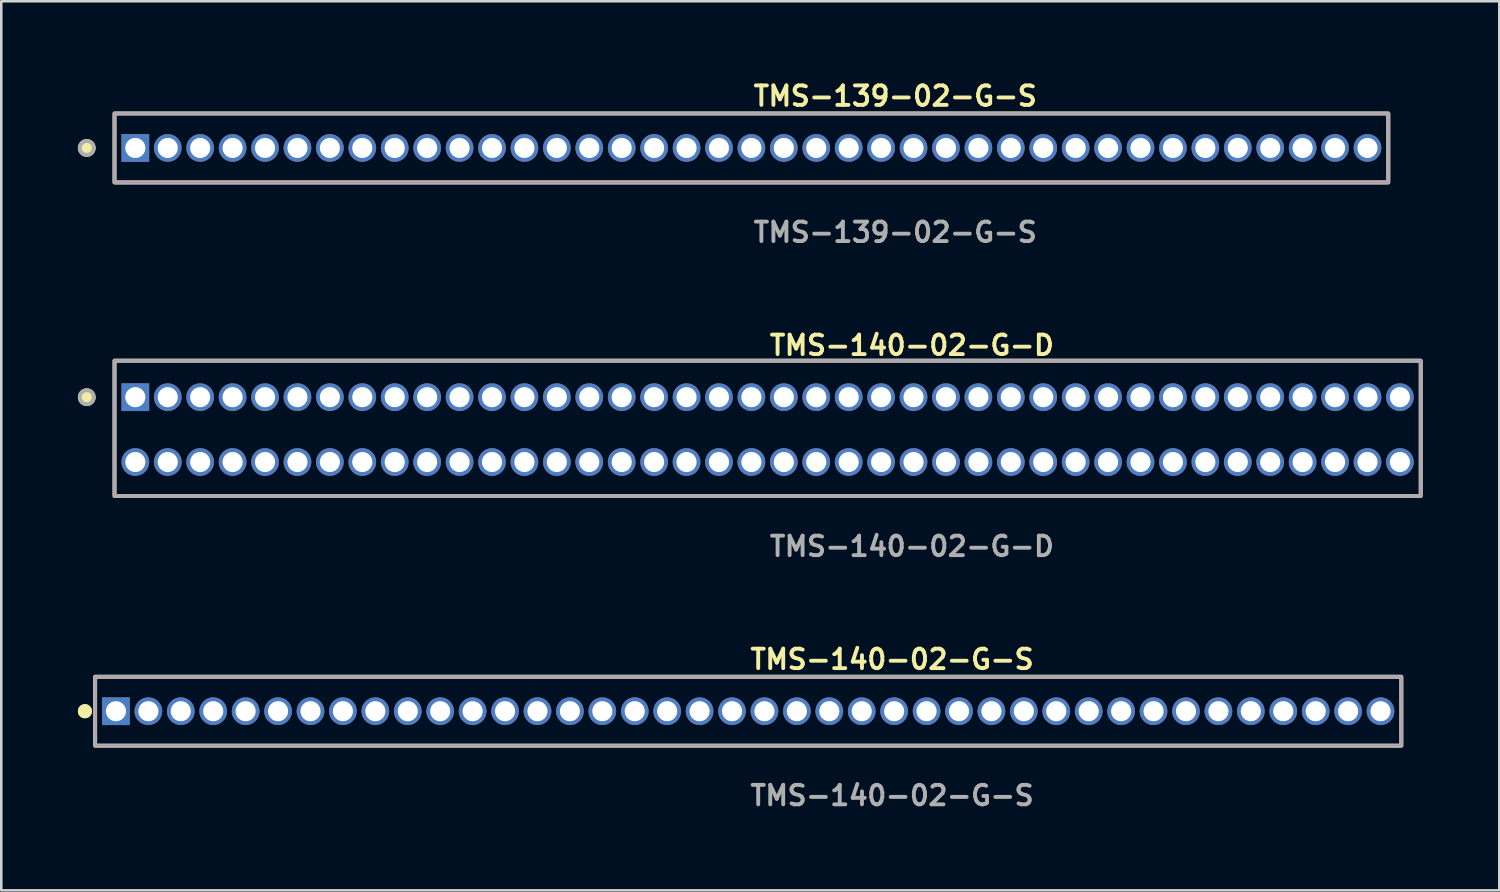
<source format=kicad_pcb>
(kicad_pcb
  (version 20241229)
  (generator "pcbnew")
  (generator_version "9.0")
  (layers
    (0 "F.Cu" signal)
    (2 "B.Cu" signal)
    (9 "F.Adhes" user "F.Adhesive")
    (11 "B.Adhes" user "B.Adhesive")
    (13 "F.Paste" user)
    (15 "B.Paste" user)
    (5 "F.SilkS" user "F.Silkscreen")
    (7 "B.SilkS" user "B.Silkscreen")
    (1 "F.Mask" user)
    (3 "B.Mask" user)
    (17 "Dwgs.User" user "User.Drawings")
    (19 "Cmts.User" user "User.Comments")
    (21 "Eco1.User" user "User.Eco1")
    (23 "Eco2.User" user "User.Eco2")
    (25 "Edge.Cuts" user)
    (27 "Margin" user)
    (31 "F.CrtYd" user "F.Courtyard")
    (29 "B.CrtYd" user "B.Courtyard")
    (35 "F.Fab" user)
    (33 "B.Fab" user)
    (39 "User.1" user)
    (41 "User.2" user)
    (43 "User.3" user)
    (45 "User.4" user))
  (footprint "TMS-140-02-G-D"
    (layer "F.Cu")
    (at 27.015 13.776)
    (property "Reference" "TMS-140-02-G-D" (at 0 -3.302 0) (unlocked yes) (layer "F.SilkS") (effects (font (size 0.762 0.762) (thickness 0.152)) (justify left)))
    (fp_rect (start -25.58 2.6) (end 25.58 -2.7) (stroke (width 0.152) (type solid)) (fill no) (layer "F.SilkS"))
    (fp_circle (center -26.667 -1.27) (end -26.939 -1.27) (stroke (width 0.152) (type solid)) (fill yes) (layer "F.SilkS"))
    (fp_rect (start -25.58 2.6) (end 25.58 -2.7) (stroke (width 0.006) (type solid)) (fill no) (layer "F.CrtYd"))
    (fp_rect (start -25.58 2.6) (end 25.58 -2.7) (stroke (width 0.152) (type solid)) (fill no) (layer "F.Fab"))
    (fp_circle (center -26.667 -1.27) (end -26.939 -1.27) (stroke (width 0.152) (type solid)) (fill no) (layer "F.Fab"))
    (fp_text user "${REFERENCE}" (at 0 4.572 0) (unlocked yes) (layer "F.Fab") (effects (font (size 0.762 0.762) (thickness 0.152)) (justify left)))
    (pad "1" thru_hole rect (at -24.765 -1.27) (size 1.087 1.087) (drill 0.787) (layers "*.Cu" "*.Mask"))
    (pad "2" thru_hole circle (at -24.765 1.27) (size 1.087 1.087) (drill 0.787) (layers "*.Cu" "*.Mask"))
    (pad "3" thru_hole circle (at -23.495 -1.27) (size 1.087 1.087) (drill 0.787) (layers "*.Cu" "*.Mask"))
    (pad "4" thru_hole circle (at -23.495 1.27) (size 1.087 1.087) (drill 0.787) (layers "*.Cu" "*.Mask"))
    (pad "5" thru_hole circle (at -22.225 -1.27) (size 1.087 1.087) (drill 0.787) (layers "*.Cu" "*.Mask"))
    (pad "6" thru_hole circle (at -22.225 1.27) (size 1.087 1.087) (drill 0.787) (layers "*.Cu" "*.Mask"))
    (pad "7" thru_hole circle (at -20.955 -1.27) (size 1.087 1.087) (drill 0.787) (layers "*.Cu" "*.Mask"))
    (pad "8" thru_hole circle (at -20.955 1.27) (size 1.087 1.087) (drill 0.787) (layers "*.Cu" "*.Mask"))
    (pad "9" thru_hole circle (at -19.685 -1.27) (size 1.087 1.087) (drill 0.787) (layers "*.Cu" "*.Mask"))
    (pad "10" thru_hole circle (at -19.685 1.27) (size 1.087 1.087) (drill 0.787) (layers "*.Cu" "*.Mask"))
    (pad "11" thru_hole circle (at -18.415 -1.27) (size 1.087 1.087) (drill 0.787) (layers "*.Cu" "*.Mask"))
    (pad "12" thru_hole circle (at -18.415 1.27) (size 1.087 1.087) (drill 0.787) (layers "*.Cu" "*.Mask"))
    (pad "13" thru_hole circle (at -17.145 -1.27) (size 1.087 1.087) (drill 0.787) (layers "*.Cu" "*.Mask"))
    (pad "14" thru_hole circle (at -17.145 1.27) (size 1.087 1.087) (drill 0.787) (layers "*.Cu" "*.Mask"))
    (pad "15" thru_hole circle (at -15.875 -1.27) (size 1.087 1.087) (drill 0.787) (layers "*.Cu" "*.Mask"))
    (pad "16" thru_hole circle (at -15.875 1.27) (size 1.087 1.087) (drill 0.787) (layers "*.Cu" "*.Mask"))
    (pad "17" thru_hole circle (at -14.605 -1.27) (size 1.087 1.087) (drill 0.787) (layers "*.Cu" "*.Mask"))
    (pad "18" thru_hole circle (at -14.605 1.27) (size 1.087 1.087) (drill 0.787) (layers "*.Cu" "*.Mask"))
    (pad "19" thru_hole circle (at -13.335 -1.27) (size 1.087 1.087) (drill 0.787) (layers "*.Cu" "*.Mask"))
    (pad "20" thru_hole circle (at -13.335 1.27) (size 1.087 1.087) (drill 0.787) (layers "*.Cu" "*.Mask"))
    (pad "21" thru_hole circle (at -12.065 -1.27) (size 1.087 1.087) (drill 0.787) (layers "*.Cu" "*.Mask"))
    (pad "22" thru_hole circle (at -12.065 1.27) (size 1.087 1.087) (drill 0.787) (layers "*.Cu" "*.Mask"))
    (pad "23" thru_hole circle (at -10.795 -1.27) (size 1.087 1.087) (drill 0.787) (layers "*.Cu" "*.Mask"))
    (pad "24" thru_hole circle (at -10.795 1.27) (size 1.087 1.087) (drill 0.787) (layers "*.Cu" "*.Mask"))
    (pad "25" thru_hole circle (at -9.525 -1.27) (size 1.087 1.087) (drill 0.787) (layers "*.Cu" "*.Mask"))
    (pad "26" thru_hole circle (at -9.525 1.27) (size 1.087 1.087) (drill 0.787) (layers "*.Cu" "*.Mask"))
    (pad "27" thru_hole circle (at -8.255 -1.27) (size 1.087 1.087) (drill 0.787) (layers "*.Cu" "*.Mask"))
    (pad "28" thru_hole circle (at -8.255 1.27) (size 1.087 1.087) (drill 0.787) (layers "*.Cu" "*.Mask"))
    (pad "29" thru_hole circle (at -6.985 -1.27) (size 1.087 1.087) (drill 0.787) (layers "*.Cu" "*.Mask"))
    (pad "30" thru_hole circle (at -6.985 1.27) (size 1.087 1.087) (drill 0.787) (layers "*.Cu" "*.Mask"))
    (pad "31" thru_hole circle (at -5.715 -1.27) (size 1.087 1.087) (drill 0.787) (layers "*.Cu" "*.Mask"))
    (pad "32" thru_hole circle (at -5.715 1.27) (size 1.087 1.087) (drill 0.787) (layers "*.Cu" "*.Mask"))
    (pad "33" thru_hole circle (at -4.445 -1.27) (size 1.087 1.087) (drill 0.787) (layers "*.Cu" "*.Mask"))
    (pad "34" thru_hole circle (at -4.445 1.27) (size 1.087 1.087) (drill 0.787) (layers "*.Cu" "*.Mask"))
    (pad "35" thru_hole circle (at -3.175 -1.27) (size 1.087 1.087) (drill 0.787) (layers "*.Cu" "*.Mask"))
    (pad "36" thru_hole circle (at -3.175 1.27) (size 1.087 1.087) (drill 0.787) (layers "*.Cu" "*.Mask"))
    (pad "37" thru_hole circle (at -1.905 -1.27) (size 1.087 1.087) (drill 0.787) (layers "*.Cu" "*.Mask"))
    (pad "38" thru_hole circle (at -1.905 1.27) (size 1.087 1.087) (drill 0.787) (layers "*.Cu" "*.Mask"))
    (pad "39" thru_hole circle (at -0.635 -1.27) (size 1.087 1.087) (drill 0.787) (layers "*.Cu" "*.Mask"))
    (pad "40" thru_hole circle (at -0.635 1.27) (size 1.087 1.087) (drill 0.787) (layers "*.Cu" "*.Mask"))
    (pad "41" thru_hole circle (at 0.635 -1.27) (size 1.087 1.087) (drill 0.787) (layers "*.Cu" "*.Mask"))
    (pad "42" thru_hole circle (at 0.635 1.27) (size 1.087 1.087) (drill 0.787) (layers "*.Cu" "*.Mask"))
    (pad "43" thru_hole circle (at 1.905 -1.27) (size 1.087 1.087) (drill 0.787) (layers "*.Cu" "*.Mask"))
    (pad "44" thru_hole circle (at 1.905 1.27) (size 1.087 1.087) (drill 0.787) (layers "*.Cu" "*.Mask"))
    (pad "45" thru_hole circle (at 3.175 -1.27) (size 1.087 1.087) (drill 0.787) (layers "*.Cu" "*.Mask"))
    (pad "46" thru_hole circle (at 3.175 1.27) (size 1.087 1.087) (drill 0.787) (layers "*.Cu" "*.Mask"))
    (pad "47" thru_hole circle (at 4.445 -1.27) (size 1.087 1.087) (drill 0.787) (layers "*.Cu" "*.Mask"))
    (pad "48" thru_hole circle (at 4.445 1.27) (size 1.087 1.087) (drill 0.787) (layers "*.Cu" "*.Mask"))
    (pad "49" thru_hole circle (at 5.715 -1.27) (size 1.087 1.087) (drill 0.787) (layers "*.Cu" "*.Mask"))
    (pad "50" thru_hole circle (at 5.715 1.27) (size 1.087 1.087) (drill 0.787) (layers "*.Cu" "*.Mask"))
    (pad "51" thru_hole circle (at 6.985 -1.27) (size 1.087 1.087) (drill 0.787) (layers "*.Cu" "*.Mask"))
    (pad "52" thru_hole circle (at 6.985 1.27) (size 1.087 1.087) (drill 0.787) (layers "*.Cu" "*.Mask"))
    (pad "53" thru_hole circle (at 8.255 -1.27) (size 1.087 1.087) (drill 0.787) (layers "*.Cu" "*.Mask"))
    (pad "54" thru_hole circle (at 8.255 1.27) (size 1.087 1.087) (drill 0.787) (layers "*.Cu" "*.Mask"))
    (pad "55" thru_hole circle (at 9.525 -1.27) (size 1.087 1.087) (drill 0.787) (layers "*.Cu" "*.Mask"))
    (pad "56" thru_hole circle (at 9.525 1.27) (size 1.087 1.087) (drill 0.787) (layers "*.Cu" "*.Mask"))
    (pad "57" thru_hole circle (at 10.795 -1.27) (size 1.087 1.087) (drill 0.787) (layers "*.Cu" "*.Mask"))
    (pad "58" thru_hole circle (at 10.795 1.27) (size 1.087 1.087) (drill 0.787) (layers "*.Cu" "*.Mask"))
    (pad "59" thru_hole circle (at 12.065 -1.27) (size 1.087 1.087) (drill 0.787) (layers "*.Cu" "*.Mask"))
    (pad "60" thru_hole circle (at 12.065 1.27) (size 1.087 1.087) (drill 0.787) (layers "*.Cu" "*.Mask"))
    (pad "61" thru_hole circle (at 13.335 -1.27) (size 1.087 1.087) (drill 0.787) (layers "*.Cu" "*.Mask"))
    (pad "62" thru_hole circle (at 13.335 1.27) (size 1.087 1.087) (drill 0.787) (layers "*.Cu" "*.Mask"))
    (pad "63" thru_hole circle (at 14.605 -1.27) (size 1.087 1.087) (drill 0.787) (layers "*.Cu" "*.Mask"))
    (pad "64" thru_hole circle (at 14.605 1.27) (size 1.087 1.087) (drill 0.787) (layers "*.Cu" "*.Mask"))
    (pad "65" thru_hole circle (at 15.875 -1.27) (size 1.087 1.087) (drill 0.787) (layers "*.Cu" "*.Mask"))
    (pad "66" thru_hole circle (at 15.875 1.27) (size 1.087 1.087) (drill 0.787) (layers "*.Cu" "*.Mask"))
    (pad "67" thru_hole circle (at 17.145 -1.27) (size 1.087 1.087) (drill 0.787) (layers "*.Cu" "*.Mask"))
    (pad "68" thru_hole circle (at 17.145 1.27) (size 1.087 1.087) (drill 0.787) (layers "*.Cu" "*.Mask"))
    (pad "69" thru_hole circle (at 18.415 -1.27) (size 1.087 1.087) (drill 0.787) (layers "*.Cu" "*.Mask"))
    (pad "70" thru_hole circle (at 18.415 1.27) (size 1.087 1.087) (drill 0.787) (layers "*.Cu" "*.Mask"))
    (pad "71" thru_hole circle (at 19.685 -1.27) (size 1.087 1.087) (drill 0.787) (layers "*.Cu" "*.Mask"))
    (pad "72" thru_hole circle (at 19.685 1.27) (size 1.087 1.087) (drill 0.787) (layers "*.Cu" "*.Mask"))
    (pad "73" thru_hole circle (at 20.955 -1.27) (size 1.087 1.087) (drill 0.787) (layers "*.Cu" "*.Mask"))
    (pad "74" thru_hole circle (at 20.955 1.27) (size 1.087 1.087) (drill 0.787) (layers "*.Cu" "*.Mask"))
    (pad "75" thru_hole circle (at 22.225 -1.27) (size 1.087 1.087) (drill 0.787) (layers "*.Cu" "*.Mask"))
    (pad "76" thru_hole circle (at 22.225 1.27) (size 1.087 1.087) (drill 0.787) (layers "*.Cu" "*.Mask"))
    (pad "77" thru_hole circle (at 23.495 -1.27) (size 1.087 1.087) (drill 0.787) (layers "*.Cu" "*.Mask"))
    (pad "78" thru_hole circle (at 23.495 1.27) (size 1.087 1.087) (drill 0.787) (layers "*.Cu" "*.Mask"))
    (pad "79" thru_hole circle (at 24.765 -1.27) (size 1.087 1.087) (drill 0.787) (layers "*.Cu" "*.Mask"))
    (pad "80" thru_hole circle (at 24.765 1.27) (size 1.087 1.087) (drill 0.787) (layers "*.Cu" "*.Mask")))
  (footprint "TMS-140-02-G-S"
    (layer "F.Cu")
    (at 26.256 24.806)
    (property "Reference" "TMS-140-02-G-S" (at 0 -2.032 0) (unlocked yes) (layer "F.SilkS") (effects (font (size 0.762 0.762) (thickness 0.152)) (justify left)))
    (fp_rect (start -25.58 1.35) (end 25.58 -1.35) (stroke (width 0.152) (type solid)) (fill no) (layer "F.SilkS"))
    (fp_circle (center -25.98 0) (end -26.18 0) (stroke (width 0.152) (type solid)) (fill yes) (layer "F.SilkS"))
    (fp_circle (center -25.98 0) (end -26.18 0) (stroke (width 0.152) (type solid)) (fill yes) (layer "F.SilkS"))
    (fp_rect (start -25.58 1.35) (end 25.58 -1.35) (stroke (width 0.006) (type solid)) (fill no) (layer "F.CrtYd"))
    (fp_rect (start -25.58 1.35) (end 25.58 -1.35) (stroke (width 0.152) (type solid)) (fill no) (layer "F.Fab"))
    (fp_text user "${REFERENCE}" (at 0 3.302 0) (unlocked yes) (layer "F.Fab") (effects (font (size 0.762 0.762) (thickness 0.152)) (justify left)))
    (pad "1" thru_hole rect (at -24.765 0) (size 1.087 1.087) (drill 0.787) (layers "*.Cu" "*.Mask"))
    (pad "2" thru_hole circle (at -23.495 0) (size 1.087 1.087) (drill 0.787) (layers "*.Cu" "*.Mask"))
    (pad "3" thru_hole circle (at -22.225 0) (size 1.087 1.087) (drill 0.787) (layers "*.Cu" "*.Mask"))
    (pad "4" thru_hole circle (at -20.955 0) (size 1.087 1.087) (drill 0.787) (layers "*.Cu" "*.Mask"))
    (pad "5" thru_hole circle (at -19.685 0) (size 1.087 1.087) (drill 0.787) (layers "*.Cu" "*.Mask"))
    (pad "6" thru_hole circle (at -18.415 0) (size 1.087 1.087) (drill 0.787) (layers "*.Cu" "*.Mask"))
    (pad "7" thru_hole circle (at -17.145 0) (size 1.087 1.087) (drill 0.787) (layers "*.Cu" "*.Mask"))
    (pad "8" thru_hole circle (at -15.875 0) (size 1.087 1.087) (drill 0.787) (layers "*.Cu" "*.Mask"))
    (pad "9" thru_hole circle (at -14.605 0) (size 1.087 1.087) (drill 0.787) (layers "*.Cu" "*.Mask"))
    (pad "10" thru_hole circle (at -13.335 0) (size 1.087 1.087) (drill 0.787) (layers "*.Cu" "*.Mask"))
    (pad "11" thru_hole circle (at -12.065 0) (size 1.087 1.087) (drill 0.787) (layers "*.Cu" "*.Mask"))
    (pad "12" thru_hole circle (at -10.795 0) (size 1.087 1.087) (drill 0.787) (layers "*.Cu" "*.Mask"))
    (pad "13" thru_hole circle (at -9.525 0) (size 1.087 1.087) (drill 0.787) (layers "*.Cu" "*.Mask"))
    (pad "14" thru_hole circle (at -8.255 0) (size 1.087 1.087) (drill 0.787) (layers "*.Cu" "*.Mask"))
    (pad "15" thru_hole circle (at -6.985 0) (size 1.087 1.087) (drill 0.787) (layers "*.Cu" "*.Mask"))
    (pad "16" thru_hole circle (at -5.715 0) (size 1.087 1.087) (drill 0.787) (layers "*.Cu" "*.Mask"))
    (pad "17" thru_hole circle (at -4.445 0) (size 1.087 1.087) (drill 0.787) (layers "*.Cu" "*.Mask"))
    (pad "18" thru_hole circle (at -3.175 0) (size 1.087 1.087) (drill 0.787) (layers "*.Cu" "*.Mask"))
    (pad "19" thru_hole circle (at -1.905 0) (size 1.087 1.087) (drill 0.787) (layers "*.Cu" "*.Mask"))
    (pad "20" thru_hole circle (at -0.635 0) (size 1.087 1.087) (drill 0.787) (layers "*.Cu" "*.Mask"))
    (pad "21" thru_hole circle (at 0.635 0) (size 1.087 1.087) (drill 0.787) (layers "*.Cu" "*.Mask"))
    (pad "22" thru_hole circle (at 1.905 0) (size 1.087 1.087) (drill 0.787) (layers "*.Cu" "*.Mask"))
    (pad "23" thru_hole circle (at 3.175 0) (size 1.087 1.087) (drill 0.787) (layers "*.Cu" "*.Mask"))
    (pad "24" thru_hole circle (at 4.445 0) (size 1.087 1.087) (drill 0.787) (layers "*.Cu" "*.Mask"))
    (pad "25" thru_hole circle (at 5.715 0) (size 1.087 1.087) (drill 0.787) (layers "*.Cu" "*.Mask"))
    (pad "26" thru_hole circle (at 6.985 0) (size 1.087 1.087) (drill 0.787) (layers "*.Cu" "*.Mask"))
    (pad "27" thru_hole circle (at 8.255 0) (size 1.087 1.087) (drill 0.787) (layers "*.Cu" "*.Mask"))
    (pad "28" thru_hole circle (at 9.525 0) (size 1.087 1.087) (drill 0.787) (layers "*.Cu" "*.Mask"))
    (pad "29" thru_hole circle (at 10.795 0) (size 1.087 1.087) (drill 0.787) (layers "*.Cu" "*.Mask"))
    (pad "30" thru_hole circle (at 12.065 0) (size 1.087 1.087) (drill 0.787) (layers "*.Cu" "*.Mask"))
    (pad "31" thru_hole circle (at 13.335 0) (size 1.087 1.087) (drill 0.787) (layers "*.Cu" "*.Mask"))
    (pad "32" thru_hole circle (at 14.605 0) (size 1.087 1.087) (drill 0.787) (layers "*.Cu" "*.Mask"))
    (pad "33" thru_hole circle (at 15.875 0) (size 1.087 1.087) (drill 0.787) (layers "*.Cu" "*.Mask"))
    (pad "34" thru_hole circle (at 17.145 0) (size 1.087 1.087) (drill 0.787) (layers "*.Cu" "*.Mask"))
    (pad "35" thru_hole circle (at 18.415 0) (size 1.087 1.087) (drill 0.787) (layers "*.Cu" "*.Mask"))
    (pad "36" thru_hole circle (at 19.685 0) (size 1.087 1.087) (drill 0.787) (layers "*.Cu" "*.Mask"))
    (pad "37" thru_hole circle (at 20.955 0) (size 1.087 1.087) (drill 0.787) (layers "*.Cu" "*.Mask"))
    (pad "38" thru_hole circle (at 22.225 0) (size 1.087 1.087) (drill 0.787) (layers "*.Cu" "*.Mask"))
    (pad "39" thru_hole circle (at 23.495 0) (size 1.087 1.087) (drill 0.787) (layers "*.Cu" "*.Mask"))
    (pad "40" thru_hole circle (at 24.765 0) (size 1.087 1.087) (drill 0.787) (layers "*.Cu" "*.Mask")))
  (footprint "TMS-139-02-G-S"
    (layer "F.Cu")
    (at 26.38 2.745)
    (property "Reference" "TMS-139-02-G-S" (at 0 -2.032 0) (unlocked yes) (layer "F.SilkS") (effects (font (size 0.762 0.762) (thickness 0.152)) (justify left)))
    (fp_rect (start -24.945 1.35) (end 24.945 -1.35) (stroke (width 0.152) (type solid)) (fill no) (layer "F.SilkS"))
    (fp_circle (center -26.032 0) (end -26.304 0) (stroke (width 0.152) (type solid)) (fill yes) (layer "F.SilkS"))
    (fp_rect (start -24.945 1.35) (end 24.945 -1.35) (stroke (width 0.006) (type solid)) (fill no) (layer "F.CrtYd"))
    (fp_rect (start -24.945 1.35) (end 24.945 -1.35) (stroke (width 0.152) (type solid)) (fill no) (layer "F.Fab"))
    (fp_circle (center -26.032 0) (end -26.304 0) (stroke (width 0.152) (type solid)) (fill no) (layer "F.Fab"))
    (fp_text user "${REFERENCE}" (at 0 3.302 0) (unlocked yes) (layer "F.Fab") (effects (font (size 0.762 0.762) (thickness 0.152)) (justify left)))
    (pad "1" thru_hole rect (at -24.13 0) (size 1.087 1.087) (drill 0.787) (layers "*.Cu" "*.Mask"))
    (pad "2" thru_hole circle (at -22.86 0) (size 1.087 1.087) (drill 0.787) (layers "*.Cu" "*.Mask"))
    (pad "3" thru_hole circle (at -21.59 0) (size 1.087 1.087) (drill 0.787) (layers "*.Cu" "*.Mask"))
    (pad "4" thru_hole circle (at -20.32 0) (size 1.087 1.087) (drill 0.787) (layers "*.Cu" "*.Mask"))
    (pad "5" thru_hole circle (at -19.05 0) (size 1.087 1.087) (drill 0.787) (layers "*.Cu" "*.Mask"))
    (pad "6" thru_hole circle (at -17.78 0) (size 1.087 1.087) (drill 0.787) (layers "*.Cu" "*.Mask"))
    (pad "7" thru_hole circle (at -16.51 0) (size 1.087 1.087) (drill 0.787) (layers "*.Cu" "*.Mask"))
    (pad "8" thru_hole circle (at -15.24 0) (size 1.087 1.087) (drill 0.787) (layers "*.Cu" "*.Mask"))
    (pad "9" thru_hole circle (at -13.97 0) (size 1.087 1.087) (drill 0.787) (layers "*.Cu" "*.Mask"))
    (pad "10" thru_hole circle (at -12.7 0) (size 1.087 1.087) (drill 0.787) (layers "*.Cu" "*.Mask"))
    (pad "11" thru_hole circle (at -11.43 0) (size 1.087 1.087) (drill 0.787) (layers "*.Cu" "*.Mask"))
    (pad "12" thru_hole circle (at -10.16 0) (size 1.087 1.087) (drill 0.787) (layers "*.Cu" "*.Mask"))
    (pad "13" thru_hole circle (at -8.89 0) (size 1.087 1.087) (drill 0.787) (layers "*.Cu" "*.Mask"))
    (pad "14" thru_hole circle (at -7.62 0) (size 1.087 1.087) (drill 0.787) (layers "*.Cu" "*.Mask"))
    (pad "15" thru_hole circle (at -6.35 0) (size 1.087 1.087) (drill 0.787) (layers "*.Cu" "*.Mask"))
    (pad "16" thru_hole circle (at -5.08 0) (size 1.087 1.087) (drill 0.787) (layers "*.Cu" "*.Mask"))
    (pad "17" thru_hole circle (at -3.81 0) (size 1.087 1.087) (drill 0.787) (layers "*.Cu" "*.Mask"))
    (pad "18" thru_hole circle (at -2.54 0) (size 1.087 1.087) (drill 0.787) (layers "*.Cu" "*.Mask"))
    (pad "19" thru_hole circle (at -1.27 0) (size 1.087 1.087) (drill 0.787) (layers "*.Cu" "*.Mask"))
    (pad "20" thru_hole circle (at 0 0) (size 1.087 1.087) (drill 0.787) (layers "*.Cu" "*.Mask"))
    (pad "21" thru_hole circle (at 1.27 0) (size 1.087 1.087) (drill 0.787) (layers "*.Cu" "*.Mask"))
    (pad "22" thru_hole circle (at 2.54 0) (size 1.087 1.087) (drill 0.787) (layers "*.Cu" "*.Mask"))
    (pad "23" thru_hole circle (at 3.81 0) (size 1.087 1.087) (drill 0.787) (layers "*.Cu" "*.Mask"))
    (pad "24" thru_hole circle (at 5.08 0) (size 1.087 1.087) (drill 0.787) (layers "*.Cu" "*.Mask"))
    (pad "25" thru_hole circle (at 6.35 0) (size 1.087 1.087) (drill 0.787) (layers "*.Cu" "*.Mask"))
    (pad "26" thru_hole circle (at 7.62 0) (size 1.087 1.087) (drill 0.787) (layers "*.Cu" "*.Mask"))
    (pad "27" thru_hole circle (at 8.89 0) (size 1.087 1.087) (drill 0.787) (layers "*.Cu" "*.Mask"))
    (pad "28" thru_hole circle (at 10.16 0) (size 1.087 1.087) (drill 0.787) (layers "*.Cu" "*.Mask"))
    (pad "29" thru_hole circle (at 11.43 0) (size 1.087 1.087) (drill 0.787) (layers "*.Cu" "*.Mask"))
    (pad "30" thru_hole circle (at 12.7 0) (size 1.087 1.087) (drill 0.787) (layers "*.Cu" "*.Mask"))
    (pad "31" thru_hole circle (at 13.97 0) (size 1.087 1.087) (drill 0.787) (layers "*.Cu" "*.Mask"))
    (pad "32" thru_hole circle (at 15.24 0) (size 1.087 1.087) (drill 0.787) (layers "*.Cu" "*.Mask"))
    (pad "33" thru_hole circle (at 16.51 0) (size 1.087 1.087) (drill 0.787) (layers "*.Cu" "*.Mask"))
    (pad "34" thru_hole circle (at 17.78 0) (size 1.087 1.087) (drill 0.787) (layers "*.Cu" "*.Mask"))
    (pad "35" thru_hole circle (at 19.05 0) (size 1.087 1.087) (drill 0.787) (layers "*.Cu" "*.Mask"))
    (pad "36" thru_hole circle (at 20.32 0) (size 1.087 1.087) (drill 0.787) (layers "*.Cu" "*.Mask"))
    (pad "37" thru_hole circle (at 21.59 0) (size 1.087 1.087) (drill 0.787) (layers "*.Cu" "*.Mask"))
    (pad "38" thru_hole circle (at 22.86 0) (size 1.087 1.087) (drill 0.787) (layers "*.Cu" "*.Mask"))
    (pad "39" thru_hole circle (at 24.13 0) (size 1.087 1.087) (drill 0.787) (layers "*.Cu" "*.Mask")))
  (gr_rect
    (start -3 -3)
    (end 55.672 31.821)
    (stroke (width 0.1) (type default))
    (fill no)
    (layer "Edge.Cuts")))
</source>
